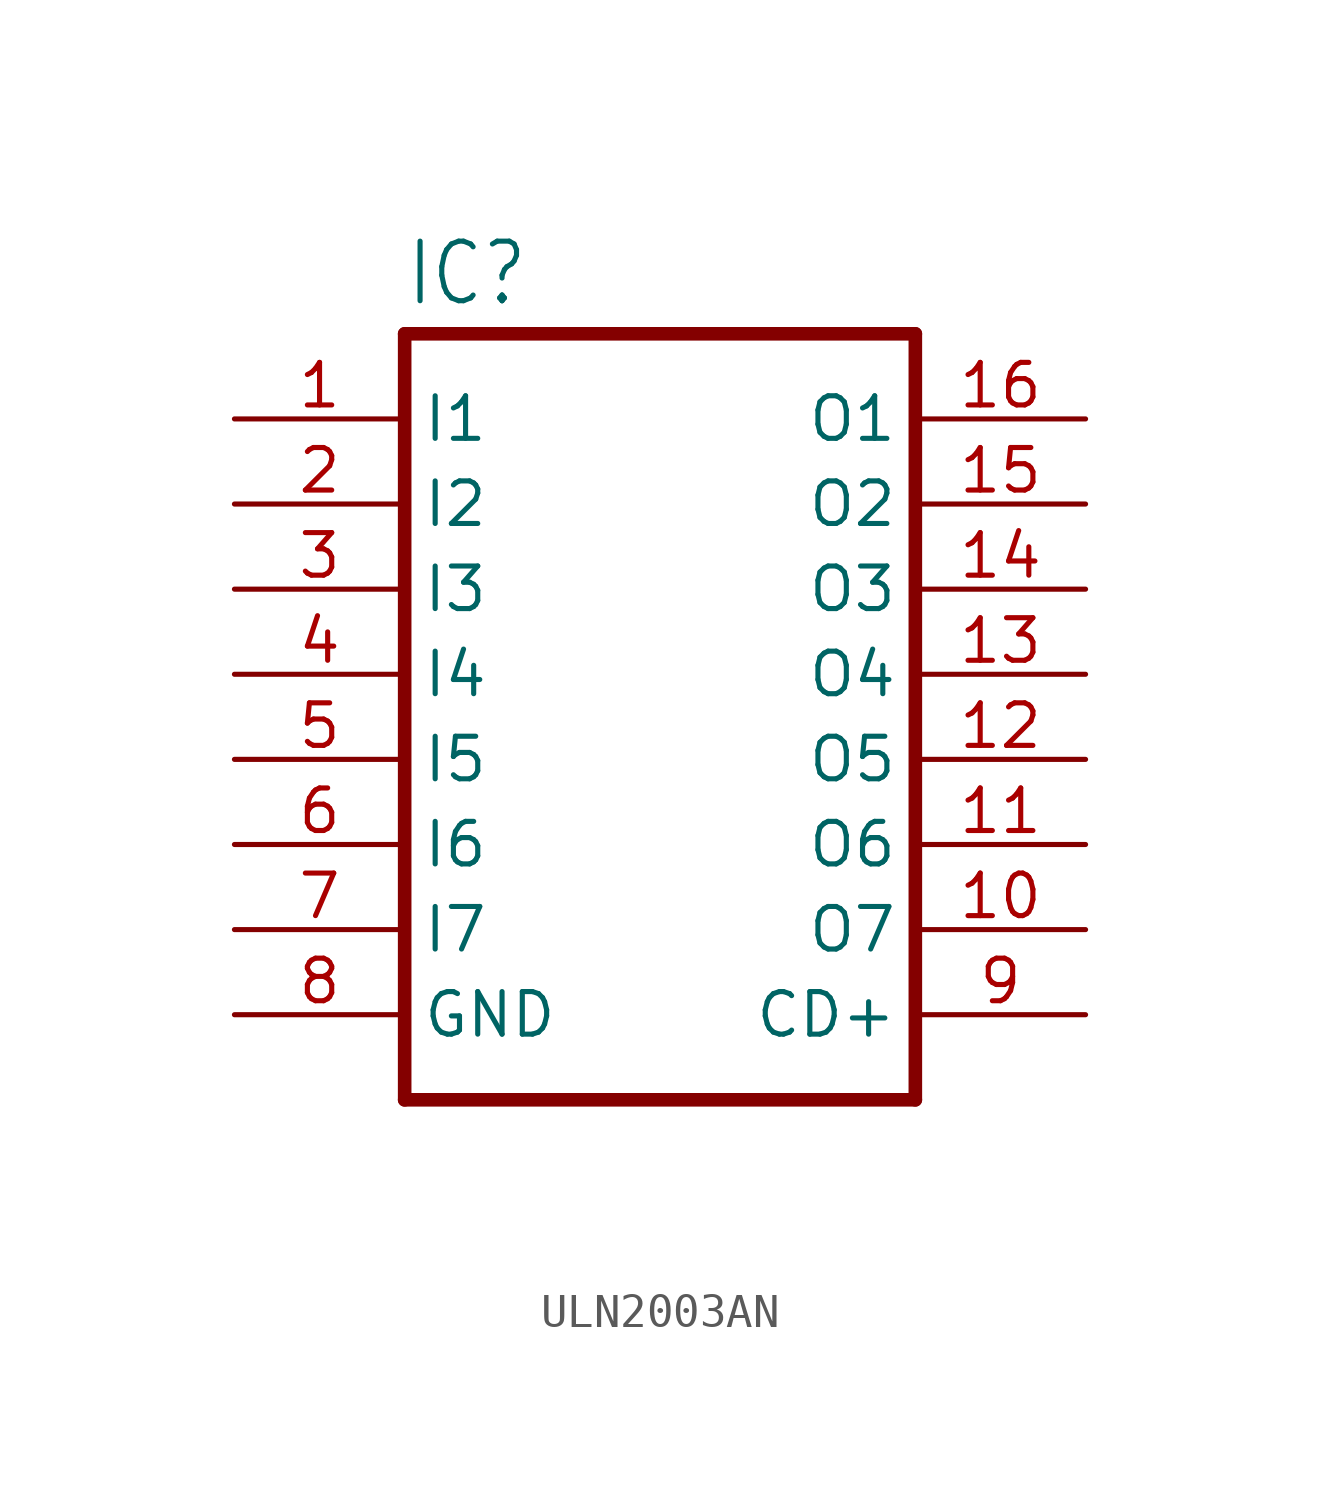
<source format=kicad_sym>
(kicad_symbol_lib
  (version 20220914)
  (generator kicad_symbol_editor)
  (symbol "ULN2003AN"
    (property "Reference" "IC"
      (at -7.62 10.922 0)
      (effects (font (size 1.778 1.511)) (justify left bottom)))
    (property "Value" ""
      (at -7.62 -15.24 0)
      (effects (font (size 1.778 1.511)) (justify left bottom)))
    (property "ki_locked" ""
      (at 0 0 0)
      (effects (font (size 1.27 1.27))))
    (symbol "ULN2003AN_1_0"
      (polyline (pts (xy -7.62 10.16) (xy -7.62 -12.7)) (stroke (width 0.406) (type solid)) (fill (type none)))
      (polyline (pts (xy -7.62 10.16) (xy 7.62 10.16)) (stroke (width 0.406) (type solid)) (fill (type none)))
      (polyline (pts (xy 7.62 -12.7) (xy -7.62 -12.7)) (stroke (width 0.406) (type solid)) (fill (type none)))
      (polyline (pts (xy 7.62 -12.7) (xy 7.62 10.16)) (stroke (width 0.406) (type solid)) (fill (type none)))
      (pin input line (at -12.7 7.62 0) (length 5.08) (name "I1" (effects (font (size 1.27 1.27)))) (number "1" (effects (font (size 1.27 1.27)))))
      (pin open_collector line (at 12.7 -7.62 180) (length 5.08) (name "O7" (effects (font (size 1.27 1.27)))) (number "10" (effects (font (size 1.27 1.27)))))
      (pin open_collector line (at 12.7 -5.08 180) (length 5.08) (name "O6" (effects (font (size 1.27 1.27)))) (number "11" (effects (font (size 1.27 1.27)))))
      (pin open_collector line (at 12.7 -2.54 180) (length 5.08) (name "O5" (effects (font (size 1.27 1.27)))) (number "12" (effects (font (size 1.27 1.27)))))
      (pin open_collector line (at 12.7 0 180) (length 5.08) (name "O4" (effects (font (size 1.27 1.27)))) (number "13" (effects (font (size 1.27 1.27)))))
      (pin open_collector line (at 12.7 2.54 180) (length 5.08) (name "O3" (effects (font (size 1.27 1.27)))) (number "14" (effects (font (size 1.27 1.27)))))
      (pin open_collector line (at 12.7 5.08 180) (length 5.08) (name "O2" (effects (font (size 1.27 1.27)))) (number "15" (effects (font (size 1.27 1.27)))))
      (pin open_collector line (at 12.7 7.62 180) (length 5.08) (name "O1" (effects (font (size 1.27 1.27)))) (number "16" (effects (font (size 1.27 1.27)))))
      (pin input line (at -12.7 5.08 0) (length 5.08) (name "I2" (effects (font (size 1.27 1.27)))) (number "2" (effects (font (size 1.27 1.27)))))
      (pin input line (at -12.7 2.54 0) (length 5.08) (name "I3" (effects (font (size 1.27 1.27)))) (number "3" (effects (font (size 1.27 1.27)))))
      (pin input line (at -12.7 0 0) (length 5.08) (name "I4" (effects (font (size 1.27 1.27)))) (number "4" (effects (font (size 1.27 1.27)))))
      (pin input line (at -12.7 -2.54 0) (length 5.08) (name "I5" (effects (font (size 1.27 1.27)))) (number "5" (effects (font (size 1.27 1.27)))))
      (pin input line (at -12.7 -5.08 0) (length 5.08) (name "I6" (effects (font (size 1.27 1.27)))) (number "6" (effects (font (size 1.27 1.27)))))
      (pin input line (at -12.7 -7.62 0) (length 5.08) (name "I7" (effects (font (size 1.27 1.27)))) (number "7" (effects (font (size 1.27 1.27)))))
      (pin power_in line (at -12.7 -10.16 0) (length 5.08) (name "GND" (effects (font (size 1.27 1.27)))) (number "8" (effects (font (size 1.27 1.27)))))
      (pin passive line (at 12.7 -10.16 180) (length 5.08) (name "CD+" (effects (font (size 1.27 1.27)))) (number "9" (effects (font (size 1.27 1.27))))))))
</source>
